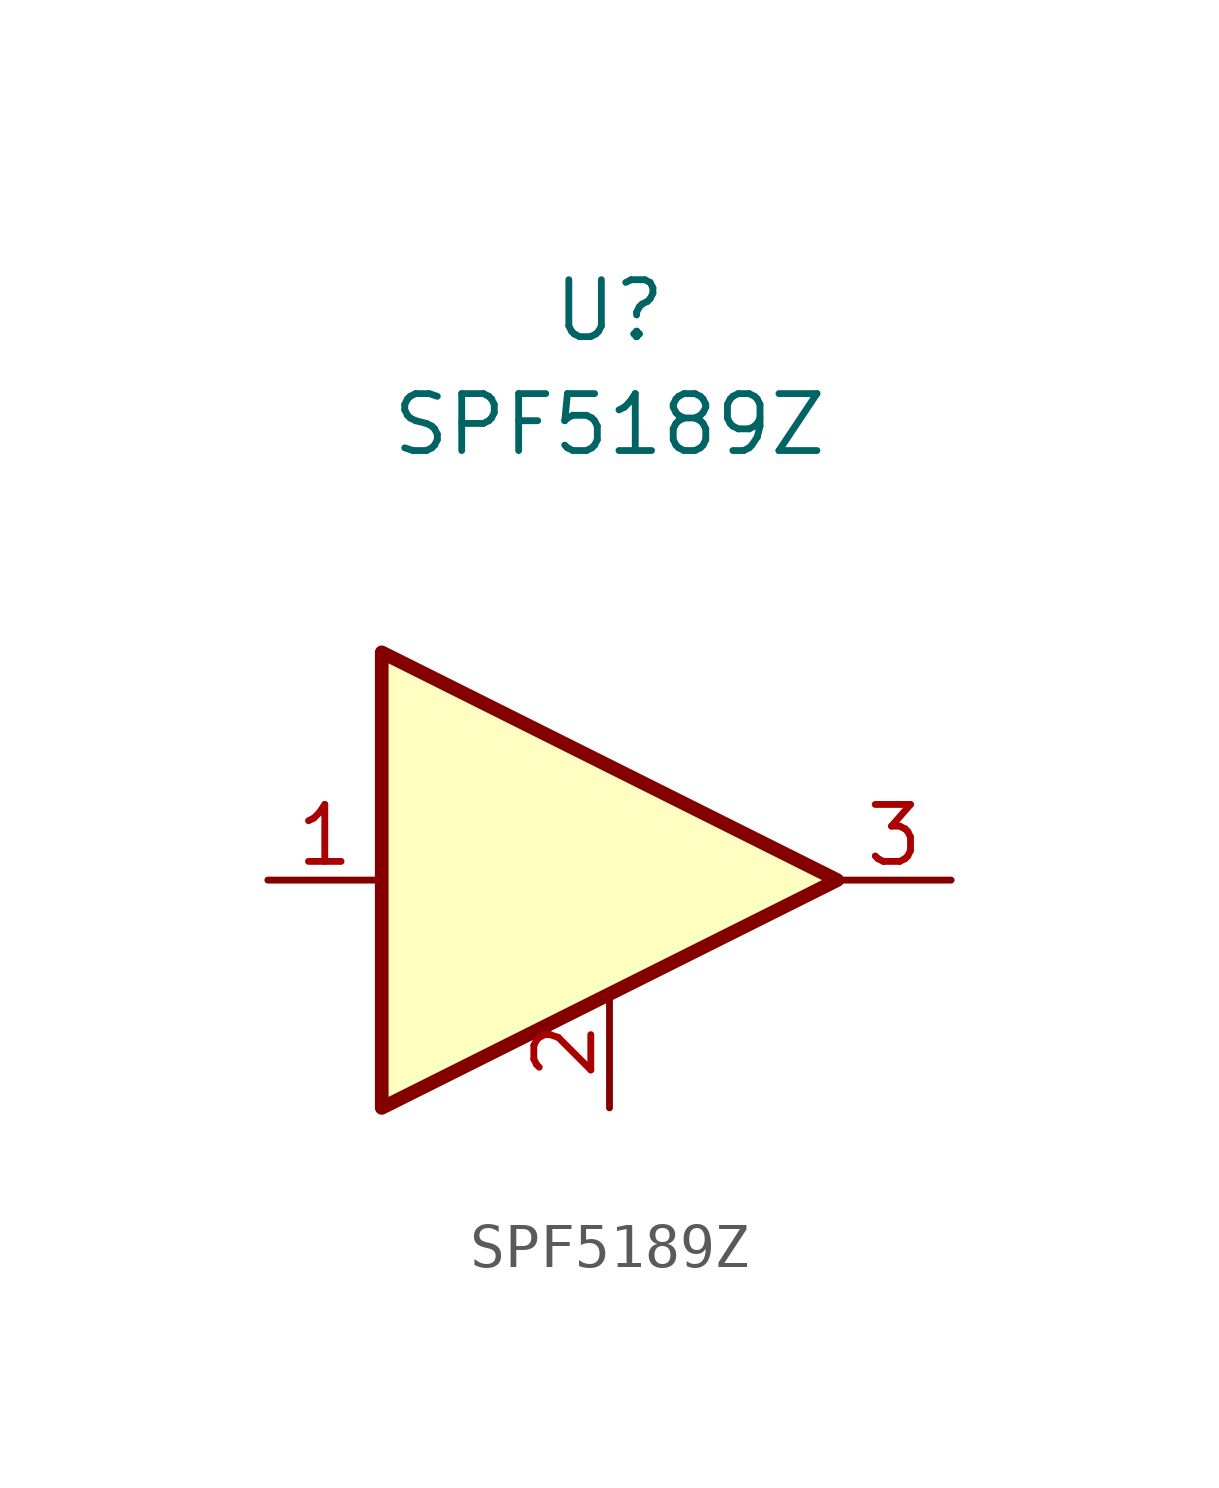
<source format=kicad_sym>
(kicad_symbol_lib
  (version 20211014)
  (generator kicad_symbol_editor)
  (symbol "SPF5189Z"
    (pin_names
      (offset 1.016) hide)
    (property "Reference" "U"
      (at 0 12.7 0)
      (effects (font (size 1.27 1.27))))
    (property "Value" "SPF5189Z"
      (at 0 10.16 0)
      (effects (font (size 1.27 1.27))))
    (symbol "SPF5189Z_0_1"
      (polyline (pts (xy -5.08 5.08) (xy -5.08 -5.08) (xy 5.08 0) (xy -5.08 5.08)) (stroke (width 0.305) (type default) (color 0 0 0 0)) (fill (type background))))
    (symbol "SPF5189Z_1_1"
      (pin input line (at -7.62 0 0) (length 2.54) (name "~" (effects (font (size 1.27 1.27)))) (number "1" (effects (font (size 1.27 1.27)))))
      (pin power_in line (at 0 -5.08 90) (length 2.54) (name "GND" (effects (font (size 1.27 1.27)))) (number "2" (effects (font (size 1.27 1.27)))))
      (pin output line (at 7.62 0 180) (length 2.54) (name "~" (effects (font (size 1.27 1.27)))) (number "3" (effects (font (size 1.27 1.27))))))))
</source>
